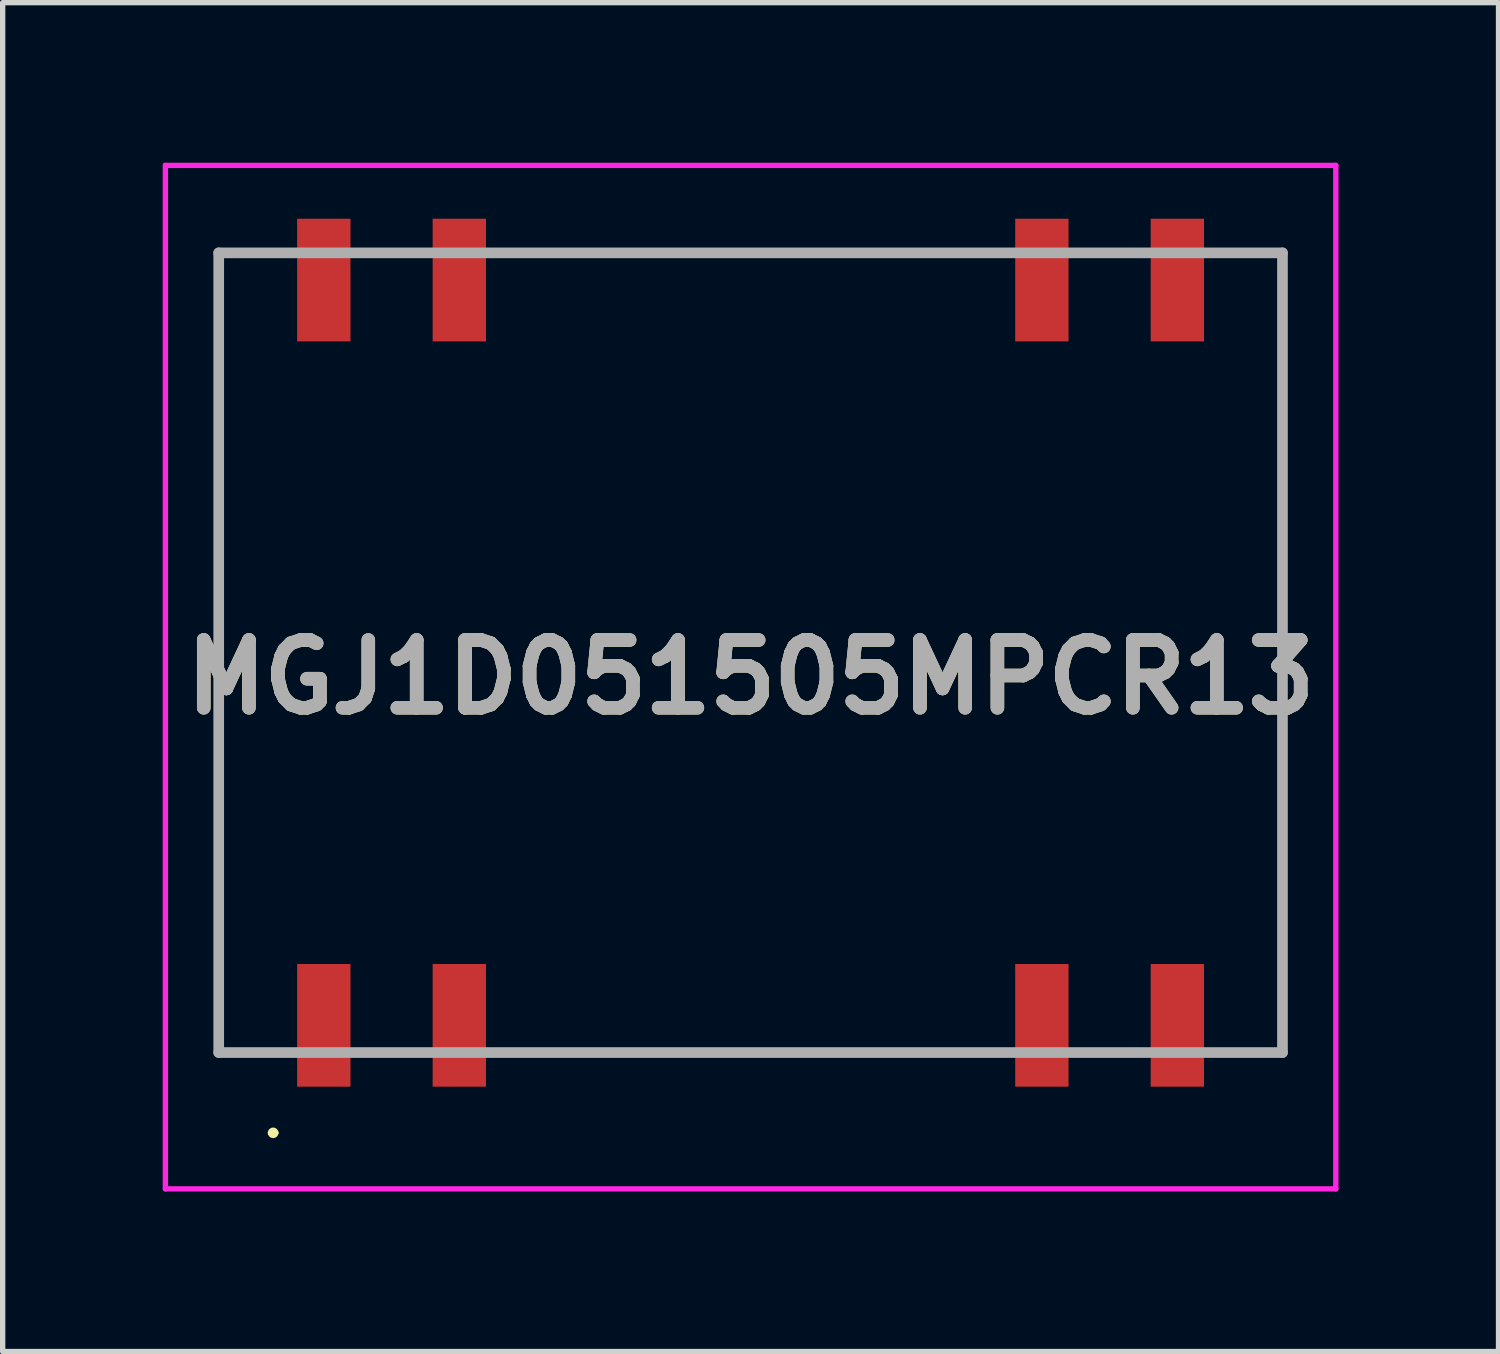
<source format=kicad_pcb>
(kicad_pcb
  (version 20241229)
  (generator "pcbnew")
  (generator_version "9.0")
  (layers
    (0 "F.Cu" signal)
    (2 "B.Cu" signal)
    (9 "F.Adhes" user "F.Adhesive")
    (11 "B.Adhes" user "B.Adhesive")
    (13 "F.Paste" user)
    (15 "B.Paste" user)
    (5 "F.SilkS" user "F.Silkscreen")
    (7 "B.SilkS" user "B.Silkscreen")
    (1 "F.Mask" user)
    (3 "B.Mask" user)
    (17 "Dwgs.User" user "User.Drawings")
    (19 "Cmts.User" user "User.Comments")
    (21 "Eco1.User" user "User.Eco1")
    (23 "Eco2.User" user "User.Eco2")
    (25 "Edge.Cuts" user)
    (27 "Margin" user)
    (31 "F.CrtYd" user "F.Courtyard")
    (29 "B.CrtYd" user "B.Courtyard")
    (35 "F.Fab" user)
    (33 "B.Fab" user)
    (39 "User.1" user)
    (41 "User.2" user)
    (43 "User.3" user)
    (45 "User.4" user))
  (footprint "MGJ1D051505MPCR13"
    (layer "F.Cu")
    (at 11.02 9.185)
    (property "Reference" "MGJ1D051505MPCR13" (at 0 0.458 0) (layer "F.SilkS") (effects (font (size 1.27 1.27) (thickness 0.254))))
    (attr smd)
    (fp_line (start -9.97 7.495) (end -9.97 -6.5) (stroke (width 0.1) (type solid)) (layer "F.SilkS"))
    (fp_line (start -9 9) (end -9 9) (stroke (width 0.1) (type solid)) (layer "F.SilkS"))
    (fp_line (start -8.9 9) (end -8.9 9) (stroke (width 0.1) (type solid)) (layer "F.SilkS"))
    (fp_line (start -4 -7.5) (end 3.5 -7.495) (stroke (width 0.1) (type solid)) (layer "F.SilkS"))
    (fp_line (start -4 7.5) (end 4 7.495) (stroke (width 0.1) (type solid)) (layer "F.SilkS"))
    (fp_line (start 9.97 6.985) (end 9.97 -6.5) (stroke (width 0.1) (type solid)) (layer "F.SilkS"))
    (fp_arc (start -9 9) (mid -8.95 8.95) (end -8.9 9) (stroke (width 0.1) (type solid)) (layer "F.SilkS"))
    (fp_arc (start -8.9 9) (mid -8.95 9.05) (end -9 9) (stroke (width 0.1) (type solid)) (layer "F.SilkS"))
    (fp_line (start -10.97 -9.135) (end 10.97 -9.135) (stroke (width 0.1) (type solid)) (layer "F.CrtYd"))
    (fp_line (start -10.97 10.05) (end -10.97 -9.135) (stroke (width 0.1) (type solid)) (layer "F.CrtYd"))
    (fp_line (start 10.97 -9.135) (end 10.97 10.05) (stroke (width 0.1) (type solid)) (layer "F.CrtYd"))
    (fp_line (start 10.97 10.05) (end -10.97 10.05) (stroke (width 0.1) (type solid)) (layer "F.CrtYd"))
    (fp_line (start -9.97 -7.495) (end 9.97 -7.495) (stroke (width 0.2) (type solid)) (layer "F.Fab"))
    (fp_line (start -9.97 7.495) (end -9.97 -7.495) (stroke (width 0.2) (type solid)) (layer "F.Fab"))
    (fp_line (start 9.97 -7.495) (end 9.97 7.495) (stroke (width 0.2) (type solid)) (layer "F.Fab"))
    (fp_line (start 9.97 7.495) (end -9.97 7.495) (stroke (width 0.2) (type solid)) (layer "F.Fab"))
    (fp_text user "${REFERENCE}" (at 0 0.458 0) (layer "F.Fab") (effects (font (size 1.27 1.27) (thickness 0.254))))
    (pad "1" smd rect (at -8 6.985) (size 1 2.3) (layers "F.Cu" "F.Mask" "F.Paste"))
    (pad "2" smd rect (at -5.46 6.985) (size 1 2.3) (layers "F.Cu" "F.Mask" "F.Paste"))
    (pad "3" smd rect (at 5.46 6.985) (size 1 2.3) (layers "F.Cu" "F.Mask" "F.Paste"))
    (pad "4" smd rect (at 8 6.985) (size 1 2.3) (layers "F.Cu" "F.Mask" "F.Paste"))
    (pad "5" smd rect (at 8 -6.985) (size 1 2.3) (layers "F.Cu" "F.Mask" "F.Paste"))
    (pad "6" smd rect (at 5.46 -6.985) (size 1 2.3) (layers "F.Cu" "F.Mask" "F.Paste"))
    (pad "7" smd rect (at -5.46 -6.985) (size 1 2.3) (layers "F.Cu" "F.Mask" "F.Paste"))
    (pad "8" smd rect (at -8 -6.985) (size 1 2.3) (layers "F.Cu" "F.Mask" "F.Paste")))
  (gr_rect
    (start -3 -3)
    (end 25.04 22.285)
    (stroke (width 0.1) (type default))
    (fill no)
    (layer "Edge.Cuts")))
</source>
